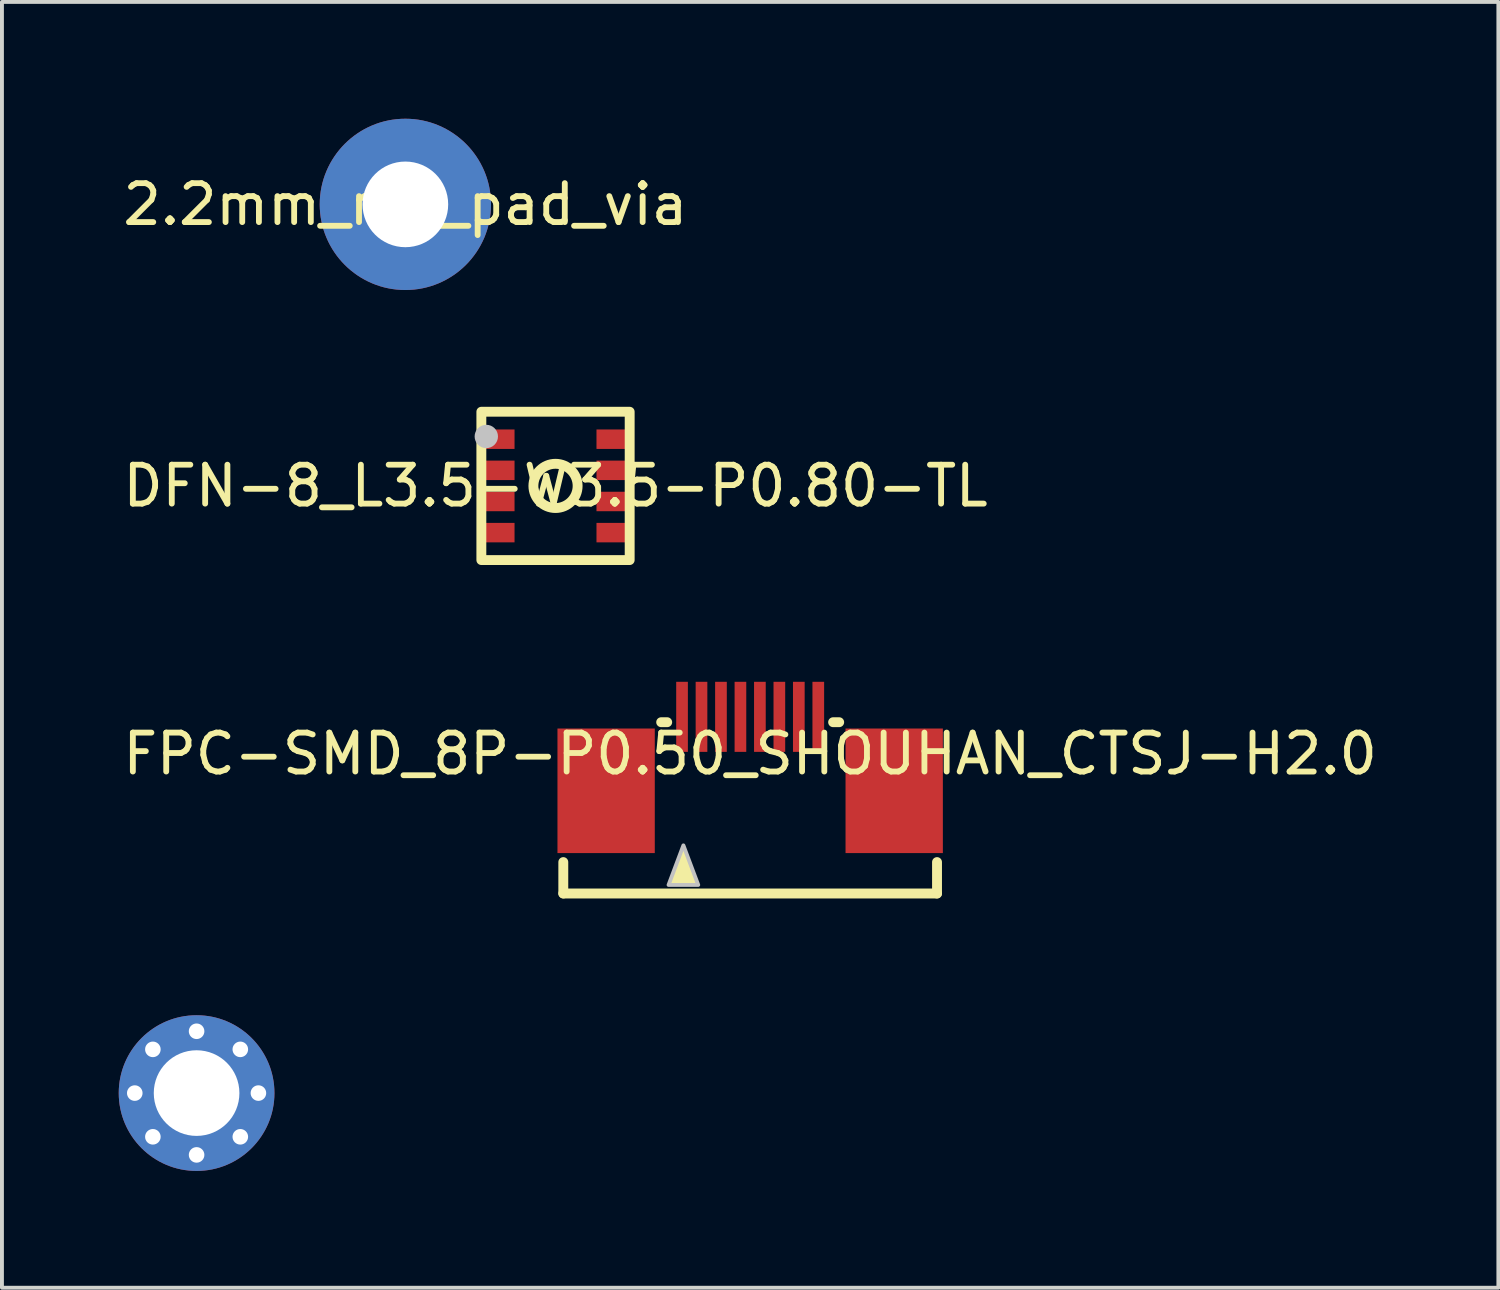
<source format=kicad_pcb>
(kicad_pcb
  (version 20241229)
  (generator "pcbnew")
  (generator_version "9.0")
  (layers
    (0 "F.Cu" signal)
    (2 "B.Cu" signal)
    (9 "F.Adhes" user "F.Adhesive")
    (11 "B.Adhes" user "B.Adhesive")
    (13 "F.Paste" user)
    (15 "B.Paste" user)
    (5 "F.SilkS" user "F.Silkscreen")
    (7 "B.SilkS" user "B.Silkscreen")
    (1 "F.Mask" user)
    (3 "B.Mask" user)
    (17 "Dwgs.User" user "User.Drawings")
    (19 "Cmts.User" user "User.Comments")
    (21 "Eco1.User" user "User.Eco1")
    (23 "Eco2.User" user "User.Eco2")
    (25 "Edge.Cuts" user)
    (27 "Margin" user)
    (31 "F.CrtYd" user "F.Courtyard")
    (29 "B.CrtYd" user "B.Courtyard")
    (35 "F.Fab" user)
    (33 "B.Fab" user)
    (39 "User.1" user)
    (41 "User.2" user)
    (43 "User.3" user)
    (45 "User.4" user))
  (footprint "2.2mm_m2_pad_via"
    (layer "F.Cu")
    (at 7.363 2.2)
    (property "Reference" "2.2mm_m2_pad_via" (at 0 0 0) (layer "F.SilkS") (effects (font (size 1 1) (thickness 0.15))))
    (pad "1" thru_hole circle (at 0 0) (size 4.4 4.4) (drill 2.2) (layers "*.Cu" "*.Mask")))
  (footprint "M2"
    (layer "F.Cu")
    (at 2 25.029)
    (property "Reference" "M2" (at 0 0 0) (layer "F.SilkS") (effects (font (size 1 1) (thickness 0.15))))
    (pad "1" thru_hole circle (at 0 -1.588) (size 0.61 0.61) (drill 0.4) (layers "*.Cu" "*.Mask"))
    (pad "2" thru_hole circle (at 1.123 -1.123) (size 0.61 0.61) (drill 0.4) (layers "*.Cu" "*.Mask"))
    (pad "3" thru_hole circle (at 1.588 0) (size 0.61 0.61) (drill 0.4) (layers "*.Cu" "*.Mask"))
    (pad "4" thru_hole circle (at 1.123 1.123) (size 0.61 0.61) (drill 0.4) (layers "*.Cu" "*.Mask"))
    (pad "5" thru_hole circle (at 0 1.588) (size 0.61 0.61) (drill 0.4) (layers "*.Cu" "*.Mask"))
    (pad "6" thru_hole circle (at -1.123 1.123) (size 0.61 0.61) (drill 0.4) (layers "*.Cu" "*.Mask"))
    (pad "7" thru_hole circle (at -1.588 0) (size 0.61 0.61) (drill 0.4) (layers "*.Cu" "*.Mask"))
    (pad "8" thru_hole circle (at -1.123 -1.123) (size 0.61 0.61) (drill 0.4) (layers "*.Cu" "*.Mask"))
    (pad "9" thru_hole circle (at 0 0) (size 4 4) (drill 2.2) (layers "*.Cu" "*.Mask")))
  (footprint "FPC-SMD_8P-P0.50_SHOUHAN_CTSJ-H2.0"
    (layer "F.Cu")
    (at 16.22 16.314)
    (property "Reference" "FPC-SMD_8P-P0.50_SHOUHAN_CTSJ-H2.0" (at 0 0 0) (layer "F.SilkS") (effects (font (size 1 1) (thickness 0.15))))
    (fp_line (start -4.8 3.588) (end -4.8 2.781) (stroke (width 0.254) (type default)) (layer "F.SilkS"))
    (fp_line (start -2.131 -0.812) (end -2.286 -0.812) (stroke (width 0.254) (type default)) (layer "F.SilkS"))
    (fp_line (start 2.287 -0.812) (end 2.131 -0.812) (stroke (width 0.254) (type default)) (layer "F.SilkS"))
    (fp_line (start 4.8 3.588) (end -4.8 3.588) (stroke (width 0.254) (type default)) (layer "F.SilkS"))
    (fp_line (start 4.8 3.588) (end 4.8 2.781) (stroke (width 0.254) (type default)) (layer "F.SilkS"))
    (fp_poly (pts (xy -2.096 3.368) (xy -1.334 3.368) (xy -1.715 2.352)) (stroke (width 0) (type default)) (fill yes) (layer "F.SilkS"))
    (fp_poly (pts (xy -2.096 3.368) (xy -1.334 3.368) (xy -1.715 2.352)) (stroke (width 0.1) (type default)) (fill no) (layer "Dwgs.User"))
    (fp_poly (pts (xy -4.65 2.375) (xy -4.65 -0.475) (xy -2.75 -0.475) (xy -2.75 2.375)) (stroke (width 0.1) (type default)) (fill no) (layer "User.1"))
    (fp_poly (pts (xy -1.85 -1.612) (xy -1.65 -1.612) (xy -1.65 -0.562) (xy -1.85 -0.562)) (stroke (width 0.1) (type default)) (fill no) (layer "User.1"))
    (fp_poly (pts (xy -1.35 -1.612) (xy -1.15 -1.612) (xy -1.15 -0.562) (xy -1.35 -0.562)) (stroke (width 0.1) (type default)) (fill no) (layer "User.1"))
    (fp_poly (pts (xy -0.85 -1.612) (xy -0.65 -1.612) (xy -0.65 -0.562) (xy -0.85 -0.562)) (stroke (width 0.1) (type default)) (fill no) (layer "User.1"))
    (fp_poly (pts (xy -0.35 -1.612) (xy -0.15 -1.612) (xy -0.15 -0.562) (xy -0.35 -0.562)) (stroke (width 0.1) (type default)) (fill no) (layer "User.1"))
    (fp_poly (pts (xy 0.15 -1.612) (xy 0.35 -1.612) (xy 0.35 -0.562) (xy 0.15 -0.562)) (stroke (width 0.1) (type default)) (fill no) (layer "User.1"))
    (fp_poly (pts (xy 0.65 -1.612) (xy 0.85 -1.612) (xy 0.85 -0.562) (xy 0.65 -0.562)) (stroke (width 0.1) (type default)) (fill no) (layer "User.1"))
    (fp_poly (pts (xy 1.15 -1.612) (xy 1.35 -1.612) (xy 1.35 -0.562) (xy 1.15 -0.562)) (stroke (width 0.1) (type default)) (fill no) (layer "User.1"))
    (fp_poly (pts (xy 1.65 -1.612) (xy 1.85 -1.612) (xy 1.85 -0.562) (xy 1.65 -0.562)) (stroke (width 0.1) (type default)) (fill no) (layer "User.1"))
    (fp_poly (pts (xy 2.75 2.375) (xy 2.75 -0.475) (xy 4.65 -0.475) (xy 4.65 2.375)) (stroke (width 0.1) (type default)) (fill no) (layer "User.1"))
    (fp_line (start -4.8 -0.712) (end 4.8 -0.712) (stroke (width 0.051) (type default)) (layer "User.2"))
    (fp_line (start -4.8 3.588) (end -4.8 -0.712) (stroke (width 0.051) (type default)) (layer "User.2"))
    (fp_line (start 4.8 -0.712) (end 4.8 3.588) (stroke (width 0.051) (type default)) (layer "User.2"))
    (fp_line (start 4.8 3.588) (end -4.8 3.588) (stroke (width 0.051) (type default)) (layer "User.2"))
    (fp_poly (pts (xy -4.74 -1.612) (xy -4.758 -1.654) (xy -4.8 -1.672) (xy -4.842 -1.654) (xy -4.86 -1.612) (xy -4.842 -1.57) (xy -4.8 -1.552) (xy -4.758 -1.57)) (stroke (width 0.1) (type default)) (fill no) (layer "User.3"))
    (pad "1" smd rect (at -1.75 -0.95) (size 0.3 1.8) (layers "F.Cu" "F.Mask" "F.Paste"))
    (pad "2" smd rect (at -1.25 -0.95) (size 0.3 1.8) (layers "F.Cu" "F.Mask" "F.Paste"))
    (pad "3" smd rect (at -0.75 -0.95) (size 0.3 1.8) (layers "F.Cu" "F.Mask" "F.Paste"))
    (pad "4" smd rect (at -0.25 -0.95) (size 0.3 1.8) (layers "F.Cu" "F.Mask" "F.Paste"))
    (pad "5" smd rect (at 0.25 -0.95) (size 0.3 1.8) (layers "F.Cu" "F.Mask" "F.Paste"))
    (pad "6" smd rect (at 0.75 -0.95) (size 0.3 1.8) (layers "F.Cu" "F.Mask" "F.Paste"))
    (pad "7" smd rect (at 1.25 -0.95) (size 0.3 1.8) (layers "F.Cu" "F.Mask" "F.Paste"))
    (pad "8" smd rect (at 1.75 -0.95) (size 0.3 1.8) (layers "F.Cu" "F.Mask" "F.Paste"))
    (pad "9" smd rect (at 3.7 0.95 270) (size 3.2 2.5) (layers "F.Cu" "F.Mask" "F.Paste"))
    (pad "10" smd rect (at -3.7 0.95 270) (size 3.2 2.5) (layers "F.Cu" "F.Mask" "F.Paste")))
  (footprint "DFN-8_L3.5-W3.5-P0.80-TL"
    (layer "F.Cu")
    (at 11.22 9.432)
    (property "Reference" "DFN-8_L3.5-W3.5-P0.80-TL" (at 0 0 0) (layer "F.SilkS") (effects (font (size 1 1) (thickness 0.15))))
    (fp_rect (start -1.905 -1.905) (end 1.905 1.905) (stroke (width 0.254) (type default)) (fill no) (layer "F.SilkS"))
    (fp_circle (center 0 0) (end 0.568 0) (stroke (width 0.254) (type default)) (fill no) (layer "F.SilkS"))
    (fp_circle (center -1.778 -1.27) (end -1.628 -1.27) (stroke (width 0.3) (type default)) (fill no) (layer "Dwgs.User"))
    (fp_poly (pts (xy -1.65 -1) (xy -1.2 -1) (xy -1.2 -1.4) (xy -1.65 -1.4)) (stroke (width 0.1) (type default)) (fill no) (layer "User.1"))
    (fp_poly (pts (xy -1.65 -0.2) (xy -1.2 -0.2) (xy -1.2 -0.6) (xy -1.65 -0.6)) (stroke (width 0.1) (type default)) (fill no) (layer "User.1"))
    (fp_poly (pts (xy -1.65 0.6) (xy -1.2 0.6) (xy -1.2 0.2) (xy -1.65 0.2)) (stroke (width 0.1) (type default)) (fill no) (layer "User.1"))
    (fp_poly (pts (xy -1.65 1.4) (xy -1.2 1.4) (xy -1.2 1) (xy -1.65 1)) (stroke (width 0.1) (type default)) (fill no) (layer "User.1"))
    (fp_poly (pts (xy 1.65 -1) (xy 1.2 -1) (xy 1.2 -1.4) (xy 1.65 -1.4)) (stroke (width 0.1) (type default)) (fill no) (layer "User.1"))
    (fp_poly (pts (xy 1.65 -0.2) (xy 1.2 -0.2) (xy 1.2 -0.6) (xy 1.65 -0.6)) (stroke (width 0.1) (type default)) (fill no) (layer "User.1"))
    (fp_poly (pts (xy 1.65 0.6) (xy 1.2 0.6) (xy 1.2 0.2) (xy 1.65 0.2)) (stroke (width 0.1) (type default)) (fill no) (layer "User.1"))
    (fp_poly (pts (xy 1.65 1.4) (xy 1.2 1.4) (xy 1.2 1) (xy 1.65 1)) (stroke (width 0.1) (type default)) (fill no) (layer "User.1"))
    (fp_line (start -1.75 -1.75) (end -1.75 1.75) (stroke (width 0.051) (type default)) (layer "User.2"))
    (fp_line (start -1.75 1.75) (end 1.75 1.75) (stroke (width 0.051) (type default)) (layer "User.2"))
    (fp_line (start 1.75 -1.75) (end -1.75 -1.75) (stroke (width 0.051) (type default)) (layer "User.2"))
    (fp_line (start 1.75 1.75) (end 1.75 -1.75) (stroke (width 0.051) (type default)) (layer "User.2"))
    (fp_poly (pts (xy -1.69 -1.75) (xy -1.708 -1.792) (xy -1.75 -1.81) (xy -1.792 -1.792) (xy -1.81 -1.75) (xy -1.792 -1.708) (xy -1.75 -1.69) (xy -1.708 -1.708)) (stroke (width 0.1) (type default)) (fill no) (layer "User.3"))
    (pad "1" smd rect (at -1.425 -1.2) (size 0.745 0.5) (layers "F.Cu" "F.Mask" "F.Paste"))
    (pad "2" smd rect (at -1.425 -0.4) (size 0.745 0.5) (layers "F.Cu" "F.Mask" "F.Paste"))
    (pad "3" smd rect (at -1.425 0.4) (size 0.745 0.5) (layers "F.Cu" "F.Mask" "F.Paste"))
    (pad "4" smd rect (at -1.425 1.2) (size 0.745 0.5) (layers "F.Cu" "F.Mask" "F.Paste"))
    (pad "5" smd rect (at 1.425 1.2 180) (size 0.745 0.5) (layers "F.Cu" "F.Mask" "F.Paste"))
    (pad "6" smd rect (at 1.425 0.4 180) (size 0.745 0.5) (layers "F.Cu" "F.Mask" "F.Paste"))
    (pad "7" smd rect (at 1.425 -0.4 180) (size 0.745 0.5) (layers "F.Cu" "F.Mask" "F.Paste"))
    (pad "8" smd rect (at 1.425 -1.2 180) (size 0.745 0.5) (layers "F.Cu" "F.Mask" "F.Paste")))
  (gr_rect
    (start -3 -3)
    (end 35.44 30.029)
    (stroke (width 0.1) (type default))
    (fill no)
    (layer "Edge.Cuts")))
</source>
